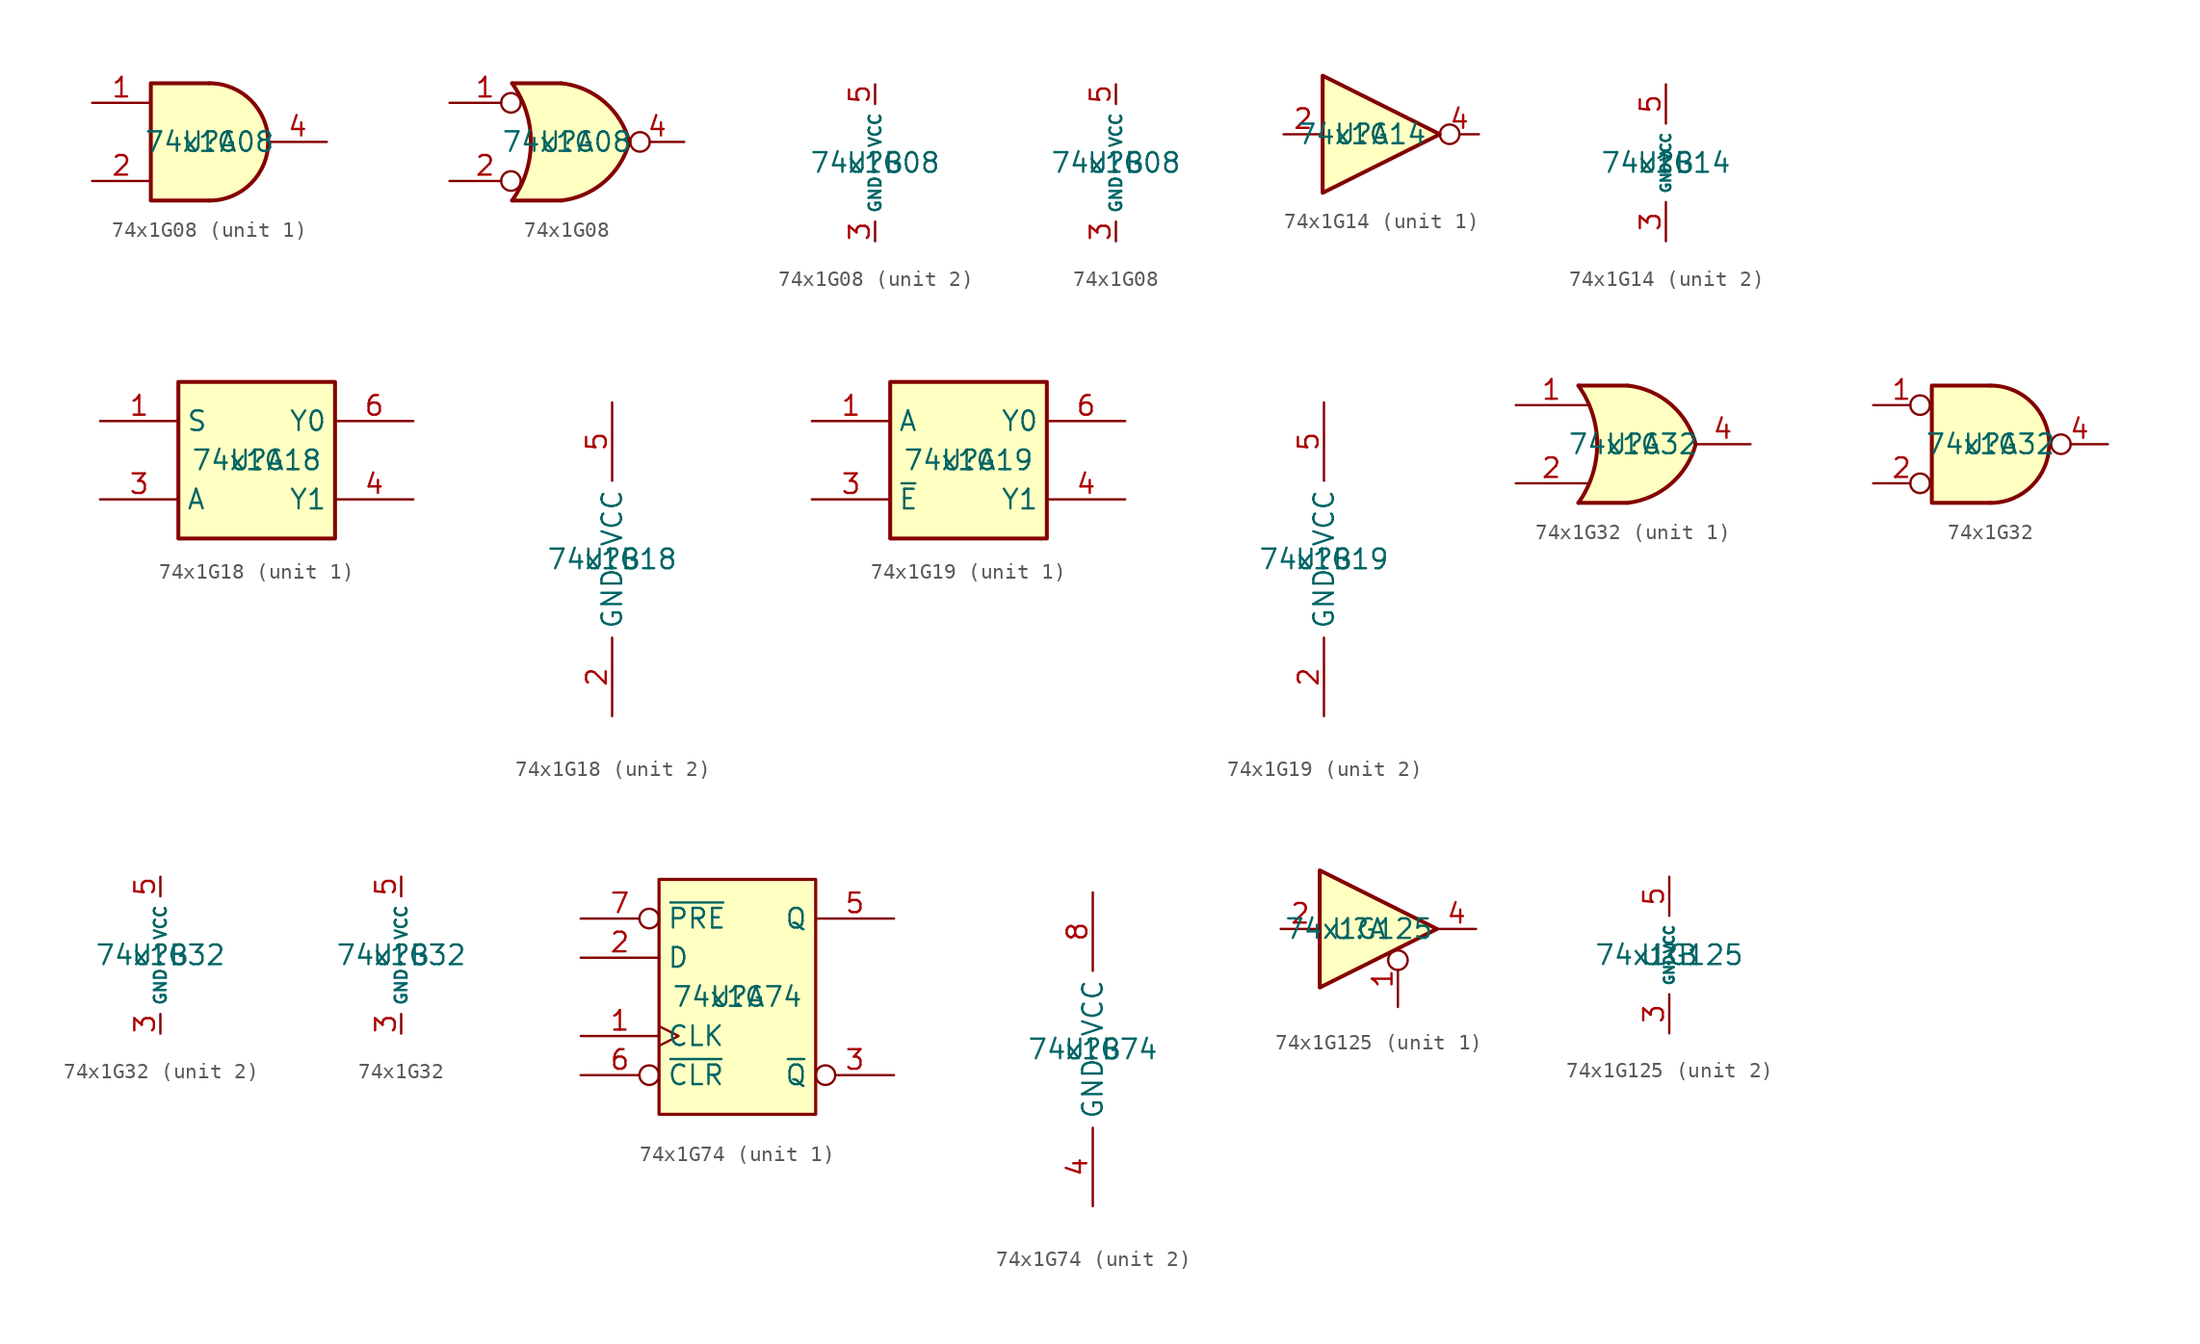
<source format=kicad_sym>
(kicad_symbol_lib
  (version 20211014)
  (generator kicad_symbol_editor)
  (symbol "74x1G08"
    (property "Reference" "U"
      (at 0 0 0)
      (effects (font (size 1.27 1.27))))
    (property "Value" "74x1G08"
      (at 0 0 0)
      (effects (font (size 1.27 1.27))))
    (property "ki_locked" ""
      (at 0 0 0)
      (effects (font (size 1.27 1.27))))
    (symbol "74x1G08_1_1"
      (arc (start 0 -3.81) (mid 3.81 0) (end 0 3.81) (stroke (width 0.254) (type default) (color 0 0 0 0)) (fill (type background)))
      (polyline (pts (xy 0 3.81) (xy -3.81 3.81) (xy -3.81 -3.81) (xy 0 -3.81)) (stroke (width 0.254) (type default) (color 0 0 0 0)) (fill (type background)))
      (pin input line (at -7.62 2.54 0) (length 3.81) (name "~" (effects (font (size 1.27 1.27)))) (number "1" (effects (font (size 1.27 1.27)))))
      (pin input line (at -7.62 -2.54 0) (length 3.81) (name "~" (effects (font (size 1.27 1.27)))) (number "2" (effects (font (size 1.27 1.27)))))
      (pin output line (at 7.62 0 180) (length 3.81) (name "~" (effects (font (size 1.27 1.27)))) (number "4" (effects (font (size 1.27 1.27))))))
    (symbol "74x1G08_1_2"
      (arc (start -3.5562 -3.81) (mid -2.3352 0) (end -3.5562 3.81) (stroke (width 0.254) (type default) (color 0 0 0 0)) (fill (type none)))
      (arc (start -0.3558 -3.81) (mid 2.4393 -2.584) (end 4.0638 0) (stroke (width 0.254) (type default) (color 0 0 0 0)) (fill (type background)))
      (polyline (pts (xy -3.556 -3.81) (xy -0.381 -3.81)) (stroke (width 0.254) (type default) (color 0 0 0 0)) (fill (type background)))
      (polyline (pts (xy -3.556 3.81) (xy -0.381 3.81)) (stroke (width 0.254) (type default) (color 0 0 0 0)) (fill (type background)))
      (polyline (pts (xy -0.381 3.81) (xy -3.556 3.81) (xy -3.556 3.81) (xy -3.302 3.404) (xy -2.769 2.261) (xy -2.439 1.041) (xy -2.362 -0.254) (xy -2.515 -1.499) (xy -2.921 -2.718) (xy -3.556 -3.81) (xy -3.556 -3.81) (xy -0.381 -3.81)) (stroke (width -25.4) (type default) (color 0 0 0 0)) (fill (type background)))
      (arc (start 4.0638 0) (mid 2.4466 2.5925) (end -0.3558 3.81) (stroke (width 0.254) (type default) (color 0 0 0 0)) (fill (type background)))
      (pin input inverted (at -7.62 2.54 0) (length 4.623) (name "~" (effects (font (size 1.27 1.27)))) (number "1" (effects (font (size 1.27 1.27)))))
      (pin input inverted (at -7.62 -2.54 0) (length 4.623) (name "~" (effects (font (size 1.27 1.27)))) (number "2" (effects (font (size 1.27 1.27)))))
      (pin output inverted (at 7.62 0 180) (length 3.505) (name "~" (effects (font (size 1.27 1.27)))) (number "4" (effects (font (size 1.27 1.27))))))
    (symbol "74x1G08_2_1"
      (pin power_in line (at 0 -5.08 90) (length 1.27) (name "GND" (effects (font (size 0.762 0.762)))) (number "3" (effects (font (size 1.27 1.27)))))
      (pin power_in line (at 0 5.08 270) (length 1.27) (name "VCC" (effects (font (size 0.762 0.762)))) (number "5" (effects (font (size 1.27 1.27))))))
    (symbol "74x1G08_2_2"
      (pin power_in line (at 0 -5.08 90) (length 1.27) (name "GND" (effects (font (size 0.762 0.762)))) (number "3" (effects (font (size 1.27 1.27)))))
      (pin power_in line (at 0 5.08 270) (length 1.27) (name "VCC" (effects (font (size 0.762 0.762)))) (number "5" (effects (font (size 1.27 1.27)))))))
  (symbol "74x1G14"
    (property "Reference" "U"
      (at 0 0 0)
      (effects (font (size 1.27 1.27))))
    (property "Value" "74x1G14"
      (at 0 0 0)
      (effects (font (size 1.27 1.27))))
    (property "ki_locked" ""
      (at 0 0 0)
      (effects (font (size 1.27 1.27))))
    (symbol "74x1G14_1_0"
      (polyline (pts (xy -2.54 3.81) (xy -2.54 -3.81) (xy 5.08 0) (xy -2.54 3.81)) (stroke (width 0.254) (type default) (color 0 0 0 0)) (fill (type background)))
      (pin input line (at -5.08 0 0) (length 2.54) (name "~" (effects (font (size 1.27 1.27)))) (number "2" (effects (font (size 1.27 1.27)))))
      (pin output inverted (at 7.62 0 180) (length 2.54) (name "~" (effects (font (size 1.27 1.27)))) (number "4" (effects (font (size 1.27 1.27))))))
    (symbol "74x1G14_2_1"
      (pin power_in line (at 0 -5.08 90) (length 2.54) (name "GND" (effects (font (size 0.635 0.635)))) (number "3" (effects (font (size 1.27 1.27)))))
      (pin power_in line (at 0 5.08 270) (length 2.54) (name "VCC" (effects (font (size 0.635 0.635)))) (number "5" (effects (font (size 1.27 1.27)))))))
  (symbol "74x1G18"
    (property "Reference" "U"
      (at 0 0 0)
      (effects (font (size 1.27 1.27))))
    (property "Value" "74x1G18"
      (at 0 0 0)
      (effects (font (size 1.27 1.27))))
    (property "ki_locked" ""
      (at 0 0 0)
      (effects (font (size 1.27 1.27))))
    (symbol "74x1G18_1_1"
      (rectangle (start -5.08 5.08) (end 5.08 -5.08) (stroke (width 0.254) (type default) (color 0 0 0 0)) (fill (type background)))
      (pin input line (at -10.16 2.54 0) (length 5.08) (name "S" (effects (font (size 1.27 1.27)))) (number "1" (effects (font (size 1.27 1.27)))))
      (pin input line (at -10.16 -2.54 0) (length 5.08) (name "A" (effects (font (size 1.27 1.27)))) (number "3" (effects (font (size 1.27 1.27)))))
      (pin tri_state line (at 10.16 -2.54 180) (length 5.08) (name "Y1" (effects (font (size 1.27 1.27)))) (number "4" (effects (font (size 1.27 1.27)))))
      (pin tri_state line (at 10.16 2.54 180) (length 5.08) (name "Y0" (effects (font (size 1.27 1.27)))) (number "6" (effects (font (size 1.27 1.27))))))
    (symbol "74x1G18_2_1"
      (pin power_in line (at 0 -10.16 90) (length 5.08) (name "GND" (effects (font (size 1.27 1.27)))) (number "2" (effects (font (size 1.27 1.27)))))
      (pin power_in line (at 0 10.16 270) (length 5.08) (name "VCC" (effects (font (size 1.27 1.27)))) (number "5" (effects (font (size 1.27 1.27)))))))
  (symbol "74x1G19"
    (property "Reference" "U"
      (at 0 0 0)
      (effects (font (size 1.27 1.27))))
    (property "Value" "74x1G19"
      (at 0 0 0)
      (effects (font (size 1.27 1.27))))
    (property "ki_locked" ""
      (at 0 0 0)
      (effects (font (size 1.27 1.27))))
    (symbol "74x1G19_1_1"
      (rectangle (start -5.08 5.08) (end 5.08 -5.08) (stroke (width 0.254) (type default) (color 0 0 0 0)) (fill (type background)))
      (pin input line (at -10.16 2.54 0) (length 5.08) (name "A" (effects (font (size 1.27 1.27)))) (number "1" (effects (font (size 1.27 1.27)))))
      (pin input line (at -10.16 -2.54 0) (length 5.08) (name "~{E}" (effects (font (size 1.27 1.27)))) (number "3" (effects (font (size 1.27 1.27)))))
      (pin output line (at 10.16 -2.54 180) (length 5.08) (name "Y1" (effects (font (size 1.27 1.27)))) (number "4" (effects (font (size 1.27 1.27)))))
      (pin output line (at 10.16 2.54 180) (length 5.08) (name "Y0" (effects (font (size 1.27 1.27)))) (number "6" (effects (font (size 1.27 1.27))))))
    (symbol "74x1G19_2_1"
      (pin power_in line (at 0 -10.16 90) (length 5.08) (name "GND" (effects (font (size 1.27 1.27)))) (number "2" (effects (font (size 1.27 1.27)))))
      (pin power_in line (at 0 10.16 270) (length 5.08) (name "VCC" (effects (font (size 1.27 1.27)))) (number "5" (effects (font (size 1.27 1.27)))))))
  (symbol "74x1G32"
    (property "Reference" "U"
      (at 0 0 0)
      (effects (font (size 1.27 1.27))))
    (property "Value" "74x1G32"
      (at 0 0 0)
      (effects (font (size 1.27 1.27))))
    (property "ki_locked" ""
      (at 0 0 0)
      (effects (font (size 1.27 1.27))))
    (symbol "74x1G32_1_1"
      (arc (start -3.5562 -3.81) (mid -2.3352 0) (end -3.5562 3.81) (stroke (width 0.254) (type default) (color 0 0 0 0)) (fill (type none)))
      (arc (start -0.3558 -3.81) (mid 2.4393 -2.584) (end 4.0638 0) (stroke (width 0.254) (type default) (color 0 0 0 0)) (fill (type background)))
      (polyline (pts (xy -3.556 -3.81) (xy -0.381 -3.81)) (stroke (width 0.254) (type default) (color 0 0 0 0)) (fill (type background)))
      (polyline (pts (xy -3.556 3.81) (xy -0.381 3.81)) (stroke (width 0.254) (type default) (color 0 0 0 0)) (fill (type background)))
      (polyline (pts (xy -0.381 3.81) (xy -3.556 3.81) (xy -3.556 3.81) (xy -3.302 3.404) (xy -2.769 2.261) (xy -2.439 1.041) (xy -2.362 -0.254) (xy -2.515 -1.499) (xy -2.921 -2.718) (xy -3.556 -3.81) (xy -3.556 -3.81) (xy -0.381 -3.81)) (stroke (width -25.4) (type default) (color 0 0 0 0)) (fill (type background)))
      (arc (start 4.0638 0) (mid 2.4466 2.5925) (end -0.3558 3.81) (stroke (width 0.254) (type default) (color 0 0 0 0)) (fill (type background)))
      (pin input line (at -7.62 2.54 0) (length 4.623) (name "~" (effects (font (size 1.27 1.27)))) (number "1" (effects (font (size 1.27 1.27)))))
      (pin input line (at -7.62 -2.54 0) (length 4.623) (name "~" (effects (font (size 1.27 1.27)))) (number "2" (effects (font (size 1.27 1.27)))))
      (pin output line (at 7.62 0 180) (length 3.607) (name "~" (effects (font (size 1.27 1.27)))) (number "4" (effects (font (size 1.27 1.27))))))
    (symbol "74x1G32_1_2"
      (arc (start 0 -3.81) (mid 3.81 0) (end 0 3.81) (stroke (width 0.254) (type default) (color 0 0 0 0)) (fill (type background)))
      (polyline (pts (xy 0 3.81) (xy -3.81 3.81) (xy -3.81 -3.81) (xy 0 -3.81)) (stroke (width 0.254) (type default) (color 0 0 0 0)) (fill (type background)))
      (pin input inverted (at -7.62 2.54 0) (length 3.683) (name "~" (effects (font (size 1.27 1.27)))) (number "1" (effects (font (size 1.27 1.27)))))
      (pin input inverted (at -7.62 -2.54 0) (length 3.683) (name "~" (effects (font (size 1.27 1.27)))) (number "2" (effects (font (size 1.27 1.27)))))
      (pin output inverted (at 7.62 0 180) (length 3.683) (name "~" (effects (font (size 1.27 1.27)))) (number "4" (effects (font (size 1.27 1.27))))))
    (symbol "74x1G32_2_1"
      (pin power_in line (at 0 -5.08 90) (length 1.27) (name "GND" (effects (font (size 0.762 0.762)))) (number "3" (effects (font (size 1.27 1.27)))))
      (pin power_in line (at 0 5.08 270) (length 1.27) (name "VCC" (effects (font (size 0.762 0.762)))) (number "5" (effects (font (size 1.27 1.27))))))
    (symbol "74x1G32_2_2"
      (pin power_in line (at 0 -5.08 90) (length 1.27) (name "GND" (effects (font (size 0.762 0.762)))) (number "3" (effects (font (size 1.27 1.27)))))
      (pin power_in line (at 0 5.08 270) (length 1.27) (name "VCC" (effects (font (size 0.762 0.762)))) (number "5" (effects (font (size 1.27 1.27)))))))
  (symbol "74x1G74"
    (property "Reference" "U"
      (at 0 0 0)
      (effects (font (size 1.27 1.27))))
    (property "Value" "74x1G74"
      (at 0 0 0)
      (effects (font (size 1.27 1.27))))
    (property "ki_locked" ""
      (at 0 0 0)
      (effects (font (size 1.27 1.27))))
    (symbol "74x1G74_1_1"
      (rectangle (start -5.08 7.62) (end 5.08 -7.62) (stroke (width 0.203) (type default) (color 0 0 0 0)) (fill (type background)))
      (pin input clock (at -10.16 -2.54 0) (length 5.08) (name "CLK" (effects (font (size 1.27 1.27)))) (number "1" (effects (font (size 1.27 1.27)))))
      (pin input line (at -10.16 2.54 0) (length 5.08) (name "D" (effects (font (size 1.27 1.27)))) (number "2" (effects (font (size 1.27 1.27)))))
      (pin output inverted (at 10.16 -5.08 180) (length 5.08) (name "~{Q}" (effects (font (size 1.27 1.27)))) (number "3" (effects (font (size 1.27 1.27)))))
      (pin output line (at 10.16 5.08 180) (length 5.08) (name "Q" (effects (font (size 1.27 1.27)))) (number "5" (effects (font (size 1.27 1.27)))))
      (pin input inverted (at -10.16 -5.08 0) (length 5.08) (name "~{CLR}" (effects (font (size 1.27 1.27)))) (number "6" (effects (font (size 1.27 1.27)))))
      (pin input inverted (at -10.16 5.08 0) (length 5.08) (name "~{PRE}" (effects (font (size 1.27 1.27)))) (number "7" (effects (font (size 1.27 1.27))))))
    (symbol "74x1G74_2_1"
      (pin power_in line (at 0 -10.16 90) (length 5.08) (name "GND" (effects (font (size 1.27 1.27)))) (number "4" (effects (font (size 1.27 1.27)))))
      (pin power_in line (at 0 10.16 270) (length 5.08) (name "VCC" (effects (font (size 1.27 1.27)))) (number "8" (effects (font (size 1.27 1.27)))))))
  (symbol "74x1G125"
    (property "Reference" "U"
      (at 0 0 0)
      (effects (font (size 1.27 1.27))))
    (property "Value" "74x1G125"
      (at 0 0 0)
      (effects (font (size 1.27 1.27))))
    (property "ki_locked" ""
      (at 0 0 0)
      (effects (font (size 1.27 1.27))))
    (symbol "74x1G125_1_0"
      (polyline (pts (xy -2.54 3.81) (xy -2.54 -3.81) (xy 5.08 0) (xy -2.54 3.81)) (stroke (width 0.254) (type default) (color 0 0 0 0)) (fill (type background)))
      (pin input inverted (at 2.54 -5.08 90) (length 3.683) (name "~" (effects (font (size 1.27 1.27)))) (number "1" (effects (font (size 1.27 1.27)))))
      (pin input line (at -5.08 0 0) (length 2.54) (name "~" (effects (font (size 1.27 1.27)))) (number "2" (effects (font (size 1.27 1.27)))))
      (pin tri_state line (at 7.62 0 180) (length 2.54) (name "~" (effects (font (size 1.27 1.27)))) (number "4" (effects (font (size 1.27 1.27))))))
    (symbol "74x1G125_2_1"
      (pin power_in line (at 0 -5.08 90) (length 2.54) (name "GND" (effects (font (size 0.635 0.635)))) (number "3" (effects (font (size 1.27 1.27)))))
      (pin power_in line (at 0 5.08 270) (length 2.54) (name "VCC" (effects (font (size 0.635 0.635)))) (number "5" (effects (font (size 1.27 1.27))))))))
</source>
